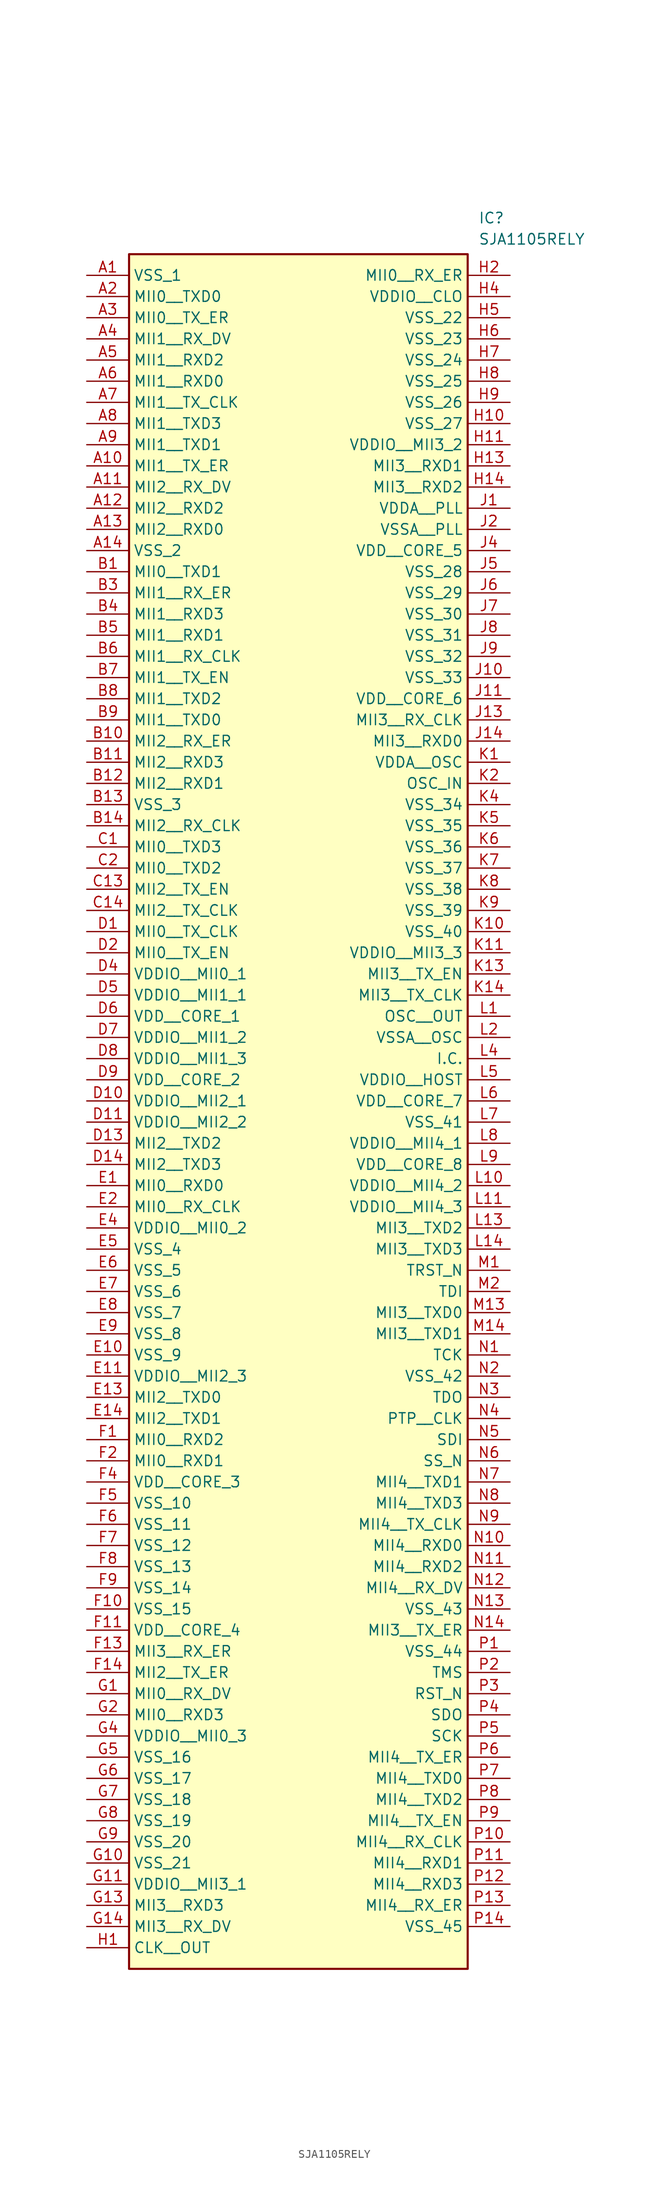
<source format=kicad_sym>
(kicad_symbol_lib
  (version 20211014)
  (generator SamacSys_ECAD_Model)
  (symbol "SJA1105RELY"
    (property "Reference" "IC"
      (at 46.99 7.62 0)
      (effects (font (size 1.27 1.27)) (justify left top)))
    (property "Value" "SJA1105RELY"
      (at 46.99 5.08 0)
      (effects (font (size 1.27 1.27)) (justify left top)))
    (rectangle
      (start 5.08 2.54)
      (end 45.72 -203.2)
      (stroke (width 0.254) (type default))
      (fill (type background)))
    (pin passive line
      (at 0 0 0)
      (length 5.08)
      (name "VSS_1" (effects (font (size 1.27 1.27))))
      (number "A1" (effects (font (size 1.27 1.27)))))
    (pin passive line
      (at 0 -2.54 0)
      (length 5.08)
      (name "MII0__TXD0" (effects (font (size 1.27 1.27))))
      (number "A2" (effects (font (size 1.27 1.27)))))
    (pin passive line
      (at 0 -5.08 0)
      (length 5.08)
      (name "MII0__TX_ER" (effects (font (size 1.27 1.27))))
      (number "A3" (effects (font (size 1.27 1.27)))))
    (pin passive line
      (at 0 -7.62 0)
      (length 5.08)
      (name "MII1__RX_DV" (effects (font (size 1.27 1.27))))
      (number "A4" (effects (font (size 1.27 1.27)))))
    (pin passive line
      (at 0 -10.16 0)
      (length 5.08)
      (name "MII1__RXD2" (effects (font (size 1.27 1.27))))
      (number "A5" (effects (font (size 1.27 1.27)))))
    (pin passive line
      (at 0 -12.7 0)
      (length 5.08)
      (name "MII1__RXD0" (effects (font (size 1.27 1.27))))
      (number "A6" (effects (font (size 1.27 1.27)))))
    (pin passive line
      (at 0 -15.24 0)
      (length 5.08)
      (name "MII1__TX_CLK" (effects (font (size 1.27 1.27))))
      (number "A7" (effects (font (size 1.27 1.27)))))
    (pin passive line
      (at 0 -17.78 0)
      (length 5.08)
      (name "MII1__TXD3" (effects (font (size 1.27 1.27))))
      (number "A8" (effects (font (size 1.27 1.27)))))
    (pin passive line
      (at 0 -20.32 0)
      (length 5.08)
      (name "MII1__TXD1" (effects (font (size 1.27 1.27))))
      (number "A9" (effects (font (size 1.27 1.27)))))
    (pin passive line
      (at 0 -22.86 0)
      (length 5.08)
      (name "MII1__TX_ER" (effects (font (size 1.27 1.27))))
      (number "A10" (effects (font (size 1.27 1.27)))))
    (pin passive line
      (at 0 -25.4 0)
      (length 5.08)
      (name "MII2__RX_DV" (effects (font (size 1.27 1.27))))
      (number "A11" (effects (font (size 1.27 1.27)))))
    (pin passive line
      (at 0 -27.94 0)
      (length 5.08)
      (name "MII2__RXD2" (effects (font (size 1.27 1.27))))
      (number "A12" (effects (font (size 1.27 1.27)))))
    (pin passive line
      (at 0 -30.48 0)
      (length 5.08)
      (name "MII2__RXD0" (effects (font (size 1.27 1.27))))
      (number "A13" (effects (font (size 1.27 1.27)))))
    (pin passive line
      (at 0 -33.02 0)
      (length 5.08)
      (name "VSS_2" (effects (font (size 1.27 1.27))))
      (number "A14" (effects (font (size 1.27 1.27)))))
    (pin passive line
      (at 0 -35.56 0)
      (length 5.08)
      (name "MII0__TXD1" (effects (font (size 1.27 1.27))))
      (number "B1" (effects (font (size 1.27 1.27)))))
    (pin passive line
      (at 0 -38.1 0)
      (length 5.08)
      (name "MII1__RX_ER" (effects (font (size 1.27 1.27))))
      (number "B3" (effects (font (size 1.27 1.27)))))
    (pin passive line
      (at 0 -40.64 0)
      (length 5.08)
      (name "MII1__RXD3" (effects (font (size 1.27 1.27))))
      (number "B4" (effects (font (size 1.27 1.27)))))
    (pin passive line
      (at 0 -43.18 0)
      (length 5.08)
      (name "MII1__RXD1" (effects (font (size 1.27 1.27))))
      (number "B5" (effects (font (size 1.27 1.27)))))
    (pin passive line
      (at 0 -45.72 0)
      (length 5.08)
      (name "MII1__RX_CLK" (effects (font (size 1.27 1.27))))
      (number "B6" (effects (font (size 1.27 1.27)))))
    (pin passive line
      (at 0 -48.26 0)
      (length 5.08)
      (name "MII1__TX_EN" (effects (font (size 1.27 1.27))))
      (number "B7" (effects (font (size 1.27 1.27)))))
    (pin passive line
      (at 0 -50.8 0)
      (length 5.08)
      (name "MII1__TXD2" (effects (font (size 1.27 1.27))))
      (number "B8" (effects (font (size 1.27 1.27)))))
    (pin passive line
      (at 0 -53.34 0)
      (length 5.08)
      (name "MII1__TXD0" (effects (font (size 1.27 1.27))))
      (number "B9" (effects (font (size 1.27 1.27)))))
    (pin passive line
      (at 0 -55.88 0)
      (length 5.08)
      (name "MII2__RX_ER" (effects (font (size 1.27 1.27))))
      (number "B10" (effects (font (size 1.27 1.27)))))
    (pin passive line
      (at 0 -58.42 0)
      (length 5.08)
      (name "MII2__RXD3" (effects (font (size 1.27 1.27))))
      (number "B11" (effects (font (size 1.27 1.27)))))
    (pin passive line
      (at 0 -60.96 0)
      (length 5.08)
      (name "MII2__RXD1" (effects (font (size 1.27 1.27))))
      (number "B12" (effects (font (size 1.27 1.27)))))
    (pin passive line
      (at 0 -63.5 0)
      (length 5.08)
      (name "VSS_3" (effects (font (size 1.27 1.27))))
      (number "B13" (effects (font (size 1.27 1.27)))))
    (pin passive line
      (at 0 -66.04 0)
      (length 5.08)
      (name "MII2__RX_CLK" (effects (font (size 1.27 1.27))))
      (number "B14" (effects (font (size 1.27 1.27)))))
    (pin passive line
      (at 0 -68.58 0)
      (length 5.08)
      (name "MII0__TXD3" (effects (font (size 1.27 1.27))))
      (number "C1" (effects (font (size 1.27 1.27)))))
    (pin passive line
      (at 0 -71.12 0)
      (length 5.08)
      (name "MII0__TXD2" (effects (font (size 1.27 1.27))))
      (number "C2" (effects (font (size 1.27 1.27)))))
    (pin passive line
      (at 0 -73.66 0)
      (length 5.08)
      (name "MII2__TX_EN" (effects (font (size 1.27 1.27))))
      (number "C13" (effects (font (size 1.27 1.27)))))
    (pin passive line
      (at 0 -76.2 0)
      (length 5.08)
      (name "MII2__TX_CLK" (effects (font (size 1.27 1.27))))
      (number "C14" (effects (font (size 1.27 1.27)))))
    (pin passive line
      (at 0 -78.74 0)
      (length 5.08)
      (name "MII0__TX_CLK" (effects (font (size 1.27 1.27))))
      (number "D1" (effects (font (size 1.27 1.27)))))
    (pin passive line
      (at 0 -81.28 0)
      (length 5.08)
      (name "MII0__TX_EN" (effects (font (size 1.27 1.27))))
      (number "D2" (effects (font (size 1.27 1.27)))))
    (pin passive line
      (at 0 -83.82 0)
      (length 5.08)
      (name "VDDIO__MII0_1" (effects (font (size 1.27 1.27))))
      (number "D4" (effects (font (size 1.27 1.27)))))
    (pin passive line
      (at 0 -86.36 0)
      (length 5.08)
      (name "VDDIO__MII1_1" (effects (font (size 1.27 1.27))))
      (number "D5" (effects (font (size 1.27 1.27)))))
    (pin passive line
      (at 0 -88.9 0)
      (length 5.08)
      (name "VDD__CORE_1" (effects (font (size 1.27 1.27))))
      (number "D6" (effects (font (size 1.27 1.27)))))
    (pin passive line
      (at 0 -91.44 0)
      (length 5.08)
      (name "VDDIO__MII1_2" (effects (font (size 1.27 1.27))))
      (number "D7" (effects (font (size 1.27 1.27)))))
    (pin passive line
      (at 0 -93.98 0)
      (length 5.08)
      (name "VDDIO__MII1_3" (effects (font (size 1.27 1.27))))
      (number "D8" (effects (font (size 1.27 1.27)))))
    (pin passive line
      (at 0 -96.52 0)
      (length 5.08)
      (name "VDD__CORE_2" (effects (font (size 1.27 1.27))))
      (number "D9" (effects (font (size 1.27 1.27)))))
    (pin passive line
      (at 0 -99.06 0)
      (length 5.08)
      (name "VDDIO__MII2_1" (effects (font (size 1.27 1.27))))
      (number "D10" (effects (font (size 1.27 1.27)))))
    (pin passive line
      (at 0 -101.6 0)
      (length 5.08)
      (name "VDDIO__MII2_2" (effects (font (size 1.27 1.27))))
      (number "D11" (effects (font (size 1.27 1.27)))))
    (pin passive line
      (at 0 -104.14 0)
      (length 5.08)
      (name "MII2__TXD2" (effects (font (size 1.27 1.27))))
      (number "D13" (effects (font (size 1.27 1.27)))))
    (pin passive line
      (at 0 -106.68 0)
      (length 5.08)
      (name "MII2__TXD3" (effects (font (size 1.27 1.27))))
      (number "D14" (effects (font (size 1.27 1.27)))))
    (pin passive line
      (at 0 -109.22 0)
      (length 5.08)
      (name "MII0__RXD0" (effects (font (size 1.27 1.27))))
      (number "E1" (effects (font (size 1.27 1.27)))))
    (pin passive line
      (at 0 -111.76 0)
      (length 5.08)
      (name "MII0__RX_CLK" (effects (font (size 1.27 1.27))))
      (number "E2" (effects (font (size 1.27 1.27)))))
    (pin passive line
      (at 0 -114.3 0)
      (length 5.08)
      (name "VDDIO__MII0_2" (effects (font (size 1.27 1.27))))
      (number "E4" (effects (font (size 1.27 1.27)))))
    (pin passive line
      (at 0 -116.84 0)
      (length 5.08)
      (name "VSS_4" (effects (font (size 1.27 1.27))))
      (number "E5" (effects (font (size 1.27 1.27)))))
    (pin passive line
      (at 0 -119.38 0)
      (length 5.08)
      (name "VSS_5" (effects (font (size 1.27 1.27))))
      (number "E6" (effects (font (size 1.27 1.27)))))
    (pin passive line
      (at 0 -121.92 0)
      (length 5.08)
      (name "VSS_6" (effects (font (size 1.27 1.27))))
      (number "E7" (effects (font (size 1.27 1.27)))))
    (pin passive line
      (at 0 -124.46 0)
      (length 5.08)
      (name "VSS_7" (effects (font (size 1.27 1.27))))
      (number "E8" (effects (font (size 1.27 1.27)))))
    (pin passive line
      (at 0 -127 0)
      (length 5.08)
      (name "VSS_8" (effects (font (size 1.27 1.27))))
      (number "E9" (effects (font (size 1.27 1.27)))))
    (pin passive line
      (at 0 -129.54 0)
      (length 5.08)
      (name "VSS_9" (effects (font (size 1.27 1.27))))
      (number "E10" (effects (font (size 1.27 1.27)))))
    (pin passive line
      (at 0 -132.08 0)
      (length 5.08)
      (name "VDDIO__MII2_3" (effects (font (size 1.27 1.27))))
      (number "E11" (effects (font (size 1.27 1.27)))))
    (pin passive line
      (at 0 -134.62 0)
      (length 5.08)
      (name "MII2__TXD0" (effects (font (size 1.27 1.27))))
      (number "E13" (effects (font (size 1.27 1.27)))))
    (pin passive line
      (at 0 -137.16 0)
      (length 5.08)
      (name "MII2__TXD1" (effects (font (size 1.27 1.27))))
      (number "E14" (effects (font (size 1.27 1.27)))))
    (pin passive line
      (at 0 -139.7 0)
      (length 5.08)
      (name "MII0__RXD2" (effects (font (size 1.27 1.27))))
      (number "F1" (effects (font (size 1.27 1.27)))))
    (pin passive line
      (at 0 -142.24 0)
      (length 5.08)
      (name "MII0__RXD1" (effects (font (size 1.27 1.27))))
      (number "F2" (effects (font (size 1.27 1.27)))))
    (pin passive line
      (at 0 -144.78 0)
      (length 5.08)
      (name "VDD__CORE_3" (effects (font (size 1.27 1.27))))
      (number "F4" (effects (font (size 1.27 1.27)))))
    (pin passive line
      (at 0 -147.32 0)
      (length 5.08)
      (name "VSS_10" (effects (font (size 1.27 1.27))))
      (number "F5" (effects (font (size 1.27 1.27)))))
    (pin passive line
      (at 0 -149.86 0)
      (length 5.08)
      (name "VSS_11" (effects (font (size 1.27 1.27))))
      (number "F6" (effects (font (size 1.27 1.27)))))
    (pin passive line
      (at 0 -152.4 0)
      (length 5.08)
      (name "VSS_12" (effects (font (size 1.27 1.27))))
      (number "F7" (effects (font (size 1.27 1.27)))))
    (pin passive line
      (at 0 -154.94 0)
      (length 5.08)
      (name "VSS_13" (effects (font (size 1.27 1.27))))
      (number "F8" (effects (font (size 1.27 1.27)))))
    (pin passive line
      (at 0 -157.48 0)
      (length 5.08)
      (name "VSS_14" (effects (font (size 1.27 1.27))))
      (number "F9" (effects (font (size 1.27 1.27)))))
    (pin passive line
      (at 0 -160.02 0)
      (length 5.08)
      (name "VSS_15" (effects (font (size 1.27 1.27))))
      (number "F10" (effects (font (size 1.27 1.27)))))
    (pin passive line
      (at 0 -162.56 0)
      (length 5.08)
      (name "VDD__CORE_4" (effects (font (size 1.27 1.27))))
      (number "F11" (effects (font (size 1.27 1.27)))))
    (pin passive line
      (at 0 -165.1 0)
      (length 5.08)
      (name "MII3__RX_ER" (effects (font (size 1.27 1.27))))
      (number "F13" (effects (font (size 1.27 1.27)))))
    (pin passive line
      (at 0 -167.64 0)
      (length 5.08)
      (name "MII2__TX_ER" (effects (font (size 1.27 1.27))))
      (number "F14" (effects (font (size 1.27 1.27)))))
    (pin passive line
      (at 0 -170.18 0)
      (length 5.08)
      (name "MII0__RX_DV" (effects (font (size 1.27 1.27))))
      (number "G1" (effects (font (size 1.27 1.27)))))
    (pin passive line
      (at 0 -172.72 0)
      (length 5.08)
      (name "MII0__RXD3" (effects (font (size 1.27 1.27))))
      (number "G2" (effects (font (size 1.27 1.27)))))
    (pin passive line
      (at 0 -175.26 0)
      (length 5.08)
      (name "VDDIO__MII0_3" (effects (font (size 1.27 1.27))))
      (number "G4" (effects (font (size 1.27 1.27)))))
    (pin passive line
      (at 0 -177.8 0)
      (length 5.08)
      (name "VSS_16" (effects (font (size 1.27 1.27))))
      (number "G5" (effects (font (size 1.27 1.27)))))
    (pin passive line
      (at 0 -180.34 0)
      (length 5.08)
      (name "VSS_17" (effects (font (size 1.27 1.27))))
      (number "G6" (effects (font (size 1.27 1.27)))))
    (pin passive line
      (at 0 -182.88 0)
      (length 5.08)
      (name "VSS_18" (effects (font (size 1.27 1.27))))
      (number "G7" (effects (font (size 1.27 1.27)))))
    (pin passive line
      (at 0 -185.42 0)
      (length 5.08)
      (name "VSS_19" (effects (font (size 1.27 1.27))))
      (number "G8" (effects (font (size 1.27 1.27)))))
    (pin passive line
      (at 0 -187.96 0)
      (length 5.08)
      (name "VSS_20" (effects (font (size 1.27 1.27))))
      (number "G9" (effects (font (size 1.27 1.27)))))
    (pin passive line
      (at 0 -190.5 0)
      (length 5.08)
      (name "VSS_21" (effects (font (size 1.27 1.27))))
      (number "G10" (effects (font (size 1.27 1.27)))))
    (pin passive line
      (at 0 -193.04 0)
      (length 5.08)
      (name "VDDIO__MII3_1" (effects (font (size 1.27 1.27))))
      (number "G11" (effects (font (size 1.27 1.27)))))
    (pin passive line
      (at 0 -195.58 0)
      (length 5.08)
      (name "MII3__RXD3" (effects (font (size 1.27 1.27))))
      (number "G13" (effects (font (size 1.27 1.27)))))
    (pin passive line
      (at 0 -198.12 0)
      (length 5.08)
      (name "MII3__RX_DV" (effects (font (size 1.27 1.27))))
      (number "G14" (effects (font (size 1.27 1.27)))))
    (pin passive line
      (at 0 -200.66 0)
      (length 5.08)
      (name "CLK__OUT" (effects (font (size 1.27 1.27))))
      (number "H1" (effects (font (size 1.27 1.27)))))
    (pin passive line
      (at 50.8 0 180)
      (length 5.08)
      (name "MII0__RX_ER" (effects (font (size 1.27 1.27))))
      (number "H2" (effects (font (size 1.27 1.27)))))
    (pin passive line
      (at 50.8 -2.54 180)
      (length 5.08)
      (name "VDDIO__CLO" (effects (font (size 1.27 1.27))))
      (number "H4" (effects (font (size 1.27 1.27)))))
    (pin passive line
      (at 50.8 -5.08 180)
      (length 5.08)
      (name "VSS_22" (effects (font (size 1.27 1.27))))
      (number "H5" (effects (font (size 1.27 1.27)))))
    (pin passive line
      (at 50.8 -7.62 180)
      (length 5.08)
      (name "VSS_23" (effects (font (size 1.27 1.27))))
      (number "H6" (effects (font (size 1.27 1.27)))))
    (pin passive line
      (at 50.8 -10.16 180)
      (length 5.08)
      (name "VSS_24" (effects (font (size 1.27 1.27))))
      (number "H7" (effects (font (size 1.27 1.27)))))
    (pin passive line
      (at 50.8 -12.7 180)
      (length 5.08)
      (name "VSS_25" (effects (font (size 1.27 1.27))))
      (number "H8" (effects (font (size 1.27 1.27)))))
    (pin passive line
      (at 50.8 -15.24 180)
      (length 5.08)
      (name "VSS_26" (effects (font (size 1.27 1.27))))
      (number "H9" (effects (font (size 1.27 1.27)))))
    (pin passive line
      (at 50.8 -17.78 180)
      (length 5.08)
      (name "VSS_27" (effects (font (size 1.27 1.27))))
      (number "H10" (effects (font (size 1.27 1.27)))))
    (pin passive line
      (at 50.8 -20.32 180)
      (length 5.08)
      (name "VDDIO__MII3_2" (effects (font (size 1.27 1.27))))
      (number "H11" (effects (font (size 1.27 1.27)))))
    (pin passive line
      (at 50.8 -22.86 180)
      (length 5.08)
      (name "MII3__RXD1" (effects (font (size 1.27 1.27))))
      (number "H13" (effects (font (size 1.27 1.27)))))
    (pin passive line
      (at 50.8 -25.4 180)
      (length 5.08)
      (name "MII3__RXD2" (effects (font (size 1.27 1.27))))
      (number "H14" (effects (font (size 1.27 1.27)))))
    (pin passive line
      (at 50.8 -27.94 180)
      (length 5.08)
      (name "VDDA__PLL" (effects (font (size 1.27 1.27))))
      (number "J1" (effects (font (size 1.27 1.27)))))
    (pin passive line
      (at 50.8 -30.48 180)
      (length 5.08)
      (name "VSSA__PLL" (effects (font (size 1.27 1.27))))
      (number "J2" (effects (font (size 1.27 1.27)))))
    (pin passive line
      (at 50.8 -33.02 180)
      (length 5.08)
      (name "VDD__CORE_5" (effects (font (size 1.27 1.27))))
      (number "J4" (effects (font (size 1.27 1.27)))))
    (pin passive line
      (at 50.8 -35.56 180)
      (length 5.08)
      (name "VSS_28" (effects (font (size 1.27 1.27))))
      (number "J5" (effects (font (size 1.27 1.27)))))
    (pin passive line
      (at 50.8 -38.1 180)
      (length 5.08)
      (name "VSS_29" (effects (font (size 1.27 1.27))))
      (number "J6" (effects (font (size 1.27 1.27)))))
    (pin passive line
      (at 50.8 -40.64 180)
      (length 5.08)
      (name "VSS_30" (effects (font (size 1.27 1.27))))
      (number "J7" (effects (font (size 1.27 1.27)))))
    (pin passive line
      (at 50.8 -43.18 180)
      (length 5.08)
      (name "VSS_31" (effects (font (size 1.27 1.27))))
      (number "J8" (effects (font (size 1.27 1.27)))))
    (pin passive line
      (at 50.8 -45.72 180)
      (length 5.08)
      (name "VSS_32" (effects (font (size 1.27 1.27))))
      (number "J9" (effects (font (size 1.27 1.27)))))
    (pin passive line
      (at 50.8 -48.26 180)
      (length 5.08)
      (name "VSS_33" (effects (font (size 1.27 1.27))))
      (number "J10" (effects (font (size 1.27 1.27)))))
    (pin passive line
      (at 50.8 -50.8 180)
      (length 5.08)
      (name "VDD__CORE_6" (effects (font (size 1.27 1.27))))
      (number "J11" (effects (font (size 1.27 1.27)))))
    (pin passive line
      (at 50.8 -53.34 180)
      (length 5.08)
      (name "MII3__RX_CLK" (effects (font (size 1.27 1.27))))
      (number "J13" (effects (font (size 1.27 1.27)))))
    (pin passive line
      (at 50.8 -55.88 180)
      (length 5.08)
      (name "MII3__RXD0" (effects (font (size 1.27 1.27))))
      (number "J14" (effects (font (size 1.27 1.27)))))
    (pin passive line
      (at 50.8 -58.42 180)
      (length 5.08)
      (name "VDDA__OSC" (effects (font (size 1.27 1.27))))
      (number "K1" (effects (font (size 1.27 1.27)))))
    (pin passive line
      (at 50.8 -60.96 180)
      (length 5.08)
      (name "OSC_IN" (effects (font (size 1.27 1.27))))
      (number "K2" (effects (font (size 1.27 1.27)))))
    (pin passive line
      (at 50.8 -63.5 180)
      (length 5.08)
      (name "VSS_34" (effects (font (size 1.27 1.27))))
      (number "K4" (effects (font (size 1.27 1.27)))))
    (pin passive line
      (at 50.8 -66.04 180)
      (length 5.08)
      (name "VSS_35" (effects (font (size 1.27 1.27))))
      (number "K5" (effects (font (size 1.27 1.27)))))
    (pin passive line
      (at 50.8 -68.58 180)
      (length 5.08)
      (name "VSS_36" (effects (font (size 1.27 1.27))))
      (number "K6" (effects (font (size 1.27 1.27)))))
    (pin passive line
      (at 50.8 -71.12 180)
      (length 5.08)
      (name "VSS_37" (effects (font (size 1.27 1.27))))
      (number "K7" (effects (font (size 1.27 1.27)))))
    (pin passive line
      (at 50.8 -73.66 180)
      (length 5.08)
      (name "VSS_38" (effects (font (size 1.27 1.27))))
      (number "K8" (effects (font (size 1.27 1.27)))))
    (pin passive line
      (at 50.8 -76.2 180)
      (length 5.08)
      (name "VSS_39" (effects (font (size 1.27 1.27))))
      (number "K9" (effects (font (size 1.27 1.27)))))
    (pin passive line
      (at 50.8 -78.74 180)
      (length 5.08)
      (name "VSS_40" (effects (font (size 1.27 1.27))))
      (number "K10" (effects (font (size 1.27 1.27)))))
    (pin passive line
      (at 50.8 -81.28 180)
      (length 5.08)
      (name "VDDIO__MII3_3" (effects (font (size 1.27 1.27))))
      (number "K11" (effects (font (size 1.27 1.27)))))
    (pin passive line
      (at 50.8 -83.82 180)
      (length 5.08)
      (name "MII3__TX_EN" (effects (font (size 1.27 1.27))))
      (number "K13" (effects (font (size 1.27 1.27)))))
    (pin passive line
      (at 50.8 -86.36 180)
      (length 5.08)
      (name "MII3__TX_CLK" (effects (font (size 1.27 1.27))))
      (number "K14" (effects (font (size 1.27 1.27)))))
    (pin passive line
      (at 50.8 -88.9 180)
      (length 5.08)
      (name "OSC__OUT" (effects (font (size 1.27 1.27))))
      (number "L1" (effects (font (size 1.27 1.27)))))
    (pin passive line
      (at 50.8 -91.44 180)
      (length 5.08)
      (name "VSSA__OSC" (effects (font (size 1.27 1.27))))
      (number "L2" (effects (font (size 1.27 1.27)))))
    (pin passive line
      (at 50.8 -93.98 180)
      (length 5.08)
      (name "I.C." (effects (font (size 1.27 1.27))))
      (number "L4" (effects (font (size 1.27 1.27)))))
    (pin passive line
      (at 50.8 -96.52 180)
      (length 5.08)
      (name "VDDIO__HOST" (effects (font (size 1.27 1.27))))
      (number "L5" (effects (font (size 1.27 1.27)))))
    (pin passive line
      (at 50.8 -99.06 180)
      (length 5.08)
      (name "VDD__CORE_7" (effects (font (size 1.27 1.27))))
      (number "L6" (effects (font (size 1.27 1.27)))))
    (pin passive line
      (at 50.8 -101.6 180)
      (length 5.08)
      (name "VSS_41" (effects (font (size 1.27 1.27))))
      (number "L7" (effects (font (size 1.27 1.27)))))
    (pin passive line
      (at 50.8 -104.14 180)
      (length 5.08)
      (name "VDDIO__MII4_1" (effects (font (size 1.27 1.27))))
      (number "L8" (effects (font (size 1.27 1.27)))))
    (pin passive line
      (at 50.8 -106.68 180)
      (length 5.08)
      (name "VDD__CORE_8" (effects (font (size 1.27 1.27))))
      (number "L9" (effects (font (size 1.27 1.27)))))
    (pin passive line
      (at 50.8 -109.22 180)
      (length 5.08)
      (name "VDDIO__MII4_2" (effects (font (size 1.27 1.27))))
      (number "L10" (effects (font (size 1.27 1.27)))))
    (pin passive line
      (at 50.8 -111.76 180)
      (length 5.08)
      (name "VDDIO__MII4_3" (effects (font (size 1.27 1.27))))
      (number "L11" (effects (font (size 1.27 1.27)))))
    (pin passive line
      (at 50.8 -114.3 180)
      (length 5.08)
      (name "MII3__TXD2" (effects (font (size 1.27 1.27))))
      (number "L13" (effects (font (size 1.27 1.27)))))
    (pin passive line
      (at 50.8 -116.84 180)
      (length 5.08)
      (name "MII3__TXD3" (effects (font (size 1.27 1.27))))
      (number "L14" (effects (font (size 1.27 1.27)))))
    (pin passive line
      (at 50.8 -119.38 180)
      (length 5.08)
      (name "TRST_N" (effects (font (size 1.27 1.27))))
      (number "M1" (effects (font (size 1.27 1.27)))))
    (pin passive line
      (at 50.8 -121.92 180)
      (length 5.08)
      (name "TDI" (effects (font (size 1.27 1.27))))
      (number "M2" (effects (font (size 1.27 1.27)))))
    (pin passive line
      (at 50.8 -124.46 180)
      (length 5.08)
      (name "MII3__TXD0" (effects (font (size 1.27 1.27))))
      (number "M13" (effects (font (size 1.27 1.27)))))
    (pin passive line
      (at 50.8 -127 180)
      (length 5.08)
      (name "MII3__TXD1" (effects (font (size 1.27 1.27))))
      (number "M14" (effects (font (size 1.27 1.27)))))
    (pin passive line
      (at 50.8 -129.54 180)
      (length 5.08)
      (name "TCK" (effects (font (size 1.27 1.27))))
      (number "N1" (effects (font (size 1.27 1.27)))))
    (pin passive line
      (at 50.8 -132.08 180)
      (length 5.08)
      (name "VSS_42" (effects (font (size 1.27 1.27))))
      (number "N2" (effects (font (size 1.27 1.27)))))
    (pin passive line
      (at 50.8 -134.62 180)
      (length 5.08)
      (name "TDO" (effects (font (size 1.27 1.27))))
      (number "N3" (effects (font (size 1.27 1.27)))))
    (pin passive line
      (at 50.8 -137.16 180)
      (length 5.08)
      (name "PTP__CLK" (effects (font (size 1.27 1.27))))
      (number "N4" (effects (font (size 1.27 1.27)))))
    (pin passive line
      (at 50.8 -139.7 180)
      (length 5.08)
      (name "SDI" (effects (font (size 1.27 1.27))))
      (number "N5" (effects (font (size 1.27 1.27)))))
    (pin passive line
      (at 50.8 -142.24 180)
      (length 5.08)
      (name "SS_N" (effects (font (size 1.27 1.27))))
      (number "N6" (effects (font (size 1.27 1.27)))))
    (pin passive line
      (at 50.8 -144.78 180)
      (length 5.08)
      (name "MII4__TXD1" (effects (font (size 1.27 1.27))))
      (number "N7" (effects (font (size 1.27 1.27)))))
    (pin passive line
      (at 50.8 -147.32 180)
      (length 5.08)
      (name "MII4__TXD3" (effects (font (size 1.27 1.27))))
      (number "N8" (effects (font (size 1.27 1.27)))))
    (pin passive line
      (at 50.8 -149.86 180)
      (length 5.08)
      (name "MII4__TX_CLK" (effects (font (size 1.27 1.27))))
      (number "N9" (effects (font (size 1.27 1.27)))))
    (pin passive line
      (at 50.8 -152.4 180)
      (length 5.08)
      (name "MII4__RXD0" (effects (font (size 1.27 1.27))))
      (number "N10" (effects (font (size 1.27 1.27)))))
    (pin passive line
      (at 50.8 -154.94 180)
      (length 5.08)
      (name "MII4__RXD2" (effects (font (size 1.27 1.27))))
      (number "N11" (effects (font (size 1.27 1.27)))))
    (pin passive line
      (at 50.8 -157.48 180)
      (length 5.08)
      (name "MII4__RX_DV" (effects (font (size 1.27 1.27))))
      (number "N12" (effects (font (size 1.27 1.27)))))
    (pin passive line
      (at 50.8 -160.02 180)
      (length 5.08)
      (name "VSS_43" (effects (font (size 1.27 1.27))))
      (number "N13" (effects (font (size 1.27 1.27)))))
    (pin passive line
      (at 50.8 -162.56 180)
      (length 5.08)
      (name "MII3__TX_ER" (effects (font (size 1.27 1.27))))
      (number "N14" (effects (font (size 1.27 1.27)))))
    (pin passive line
      (at 50.8 -165.1 180)
      (length 5.08)
      (name "VSS_44" (effects (font (size 1.27 1.27))))
      (number "P1" (effects (font (size 1.27 1.27)))))
    (pin passive line
      (at 50.8 -167.64 180)
      (length 5.08)
      (name "TMS" (effects (font (size 1.27 1.27))))
      (number "P2" (effects (font (size 1.27 1.27)))))
    (pin passive line
      (at 50.8 -170.18 180)
      (length 5.08)
      (name "RST_N" (effects (font (size 1.27 1.27))))
      (number "P3" (effects (font (size 1.27 1.27)))))
    (pin passive line
      (at 50.8 -172.72 180)
      (length 5.08)
      (name "SDO" (effects (font (size 1.27 1.27))))
      (number "P4" (effects (font (size 1.27 1.27)))))
    (pin passive line
      (at 50.8 -175.26 180)
      (length 5.08)
      (name "SCK" (effects (font (size 1.27 1.27))))
      (number "P5" (effects (font (size 1.27 1.27)))))
    (pin passive line
      (at 50.8 -177.8 180)
      (length 5.08)
      (name "MII4__TX_ER" (effects (font (size 1.27 1.27))))
      (number "P6" (effects (font (size 1.27 1.27)))))
    (pin passive line
      (at 50.8 -180.34 180)
      (length 5.08)
      (name "MII4__TXD0" (effects (font (size 1.27 1.27))))
      (number "P7" (effects (font (size 1.27 1.27)))))
    (pin passive line
      (at 50.8 -182.88 180)
      (length 5.08)
      (name "MII4__TXD2" (effects (font (size 1.27 1.27))))
      (number "P8" (effects (font (size 1.27 1.27)))))
    (pin passive line
      (at 50.8 -185.42 180)
      (length 5.08)
      (name "MII4__TX_EN" (effects (font (size 1.27 1.27))))
      (number "P9" (effects (font (size 1.27 1.27)))))
    (pin passive line
      (at 50.8 -187.96 180)
      (length 5.08)
      (name "MII4__RX_CLK" (effects (font (size 1.27 1.27))))
      (number "P10" (effects (font (size 1.27 1.27)))))
    (pin passive line
      (at 50.8 -190.5 180)
      (length 5.08)
      (name "MII4__RXD1" (effects (font (size 1.27 1.27))))
      (number "P11" (effects (font (size 1.27 1.27)))))
    (pin passive line
      (at 50.8 -193.04 180)
      (length 5.08)
      (name "MII4__RXD3" (effects (font (size 1.27 1.27))))
      (number "P12" (effects (font (size 1.27 1.27)))))
    (pin passive line
      (at 50.8 -195.58 180)
      (length 5.08)
      (name "MII4__RX_ER" (effects (font (size 1.27 1.27))))
      (number "P13" (effects (font (size 1.27 1.27)))))
    (pin passive line
      (at 50.8 -198.12 180)
      (length 5.08)
      (name "VSS_45" (effects (font (size 1.27 1.27))))
      (number "P14" (effects (font (size 1.27 1.27)))))))
</source>
